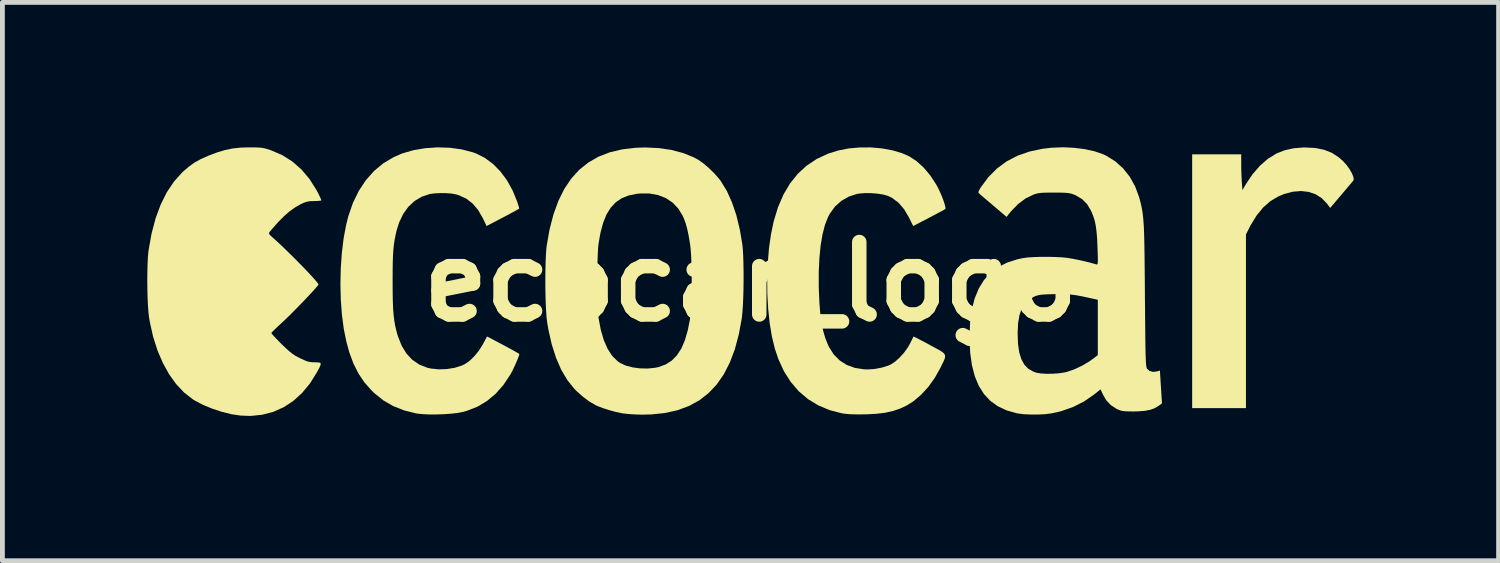
<source format=kicad_pcb>
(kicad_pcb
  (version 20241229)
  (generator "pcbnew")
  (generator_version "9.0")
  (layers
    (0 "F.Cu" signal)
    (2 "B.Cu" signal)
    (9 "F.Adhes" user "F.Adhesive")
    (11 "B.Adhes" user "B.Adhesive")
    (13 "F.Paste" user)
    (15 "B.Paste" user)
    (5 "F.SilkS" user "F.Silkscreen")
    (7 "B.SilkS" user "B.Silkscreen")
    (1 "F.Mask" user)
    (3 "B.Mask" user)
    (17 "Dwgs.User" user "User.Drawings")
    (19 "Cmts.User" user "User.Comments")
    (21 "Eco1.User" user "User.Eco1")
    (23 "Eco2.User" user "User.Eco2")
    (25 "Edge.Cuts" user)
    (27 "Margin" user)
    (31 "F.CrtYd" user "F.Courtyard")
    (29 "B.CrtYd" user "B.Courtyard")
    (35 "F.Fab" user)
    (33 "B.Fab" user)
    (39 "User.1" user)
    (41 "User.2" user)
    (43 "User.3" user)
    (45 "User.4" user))
  (footprint "ecocar_logo"
    (layer "F.Cu")
    (at 12.495 2.784)
    (property "Reference" "ecocar_logo" (at 0 0 0) (layer "F.SilkS") (effects (font (size 1.5 1.5) (thickness 0.3))))
    (attr board_only exclude_from_pos_files exclude_from_bom)
    (fp_poly (pts (xy 11.696 -2.769) (xy 11.877 -2.732) (xy 12.037 -2.669) (xy 12.179 -2.577) (xy 12.267 -2.499) (xy 12.337 -2.422) (xy 12.398 -2.339) (xy 12.446 -2.257) (xy 12.478 -2.184) (xy 12.49 -2.126) (xy 12.482 -2.095) (xy 12.461 -2.069) (xy 12.42 -2.02) (xy 12.362 -1.952) (xy 12.293 -1.87) (xy 12.229 -1.795) (xy 12.002 -1.528) (xy 11.934 -1.619) (xy 11.828 -1.73) (xy 11.7 -1.811) (xy 11.555 -1.86) (xy 11.395 -1.878) (xy 11.225 -1.863) (xy 11.047 -1.816) (xy 10.928 -1.766) (xy 10.763 -1.668) (xy 10.613 -1.536) (xy 10.477 -1.369) (xy 10.353 -1.166) (xy 10.329 -1.119) (xy 10.258 -0.978) (xy 10.258 0.82) (xy 10.258 2.618) (xy 9.701 2.618) (xy 9.144 2.618) (xy 9.144 -0.01) (xy 9.144 -2.638) (xy 9.652 -2.638) (xy 10.16 -2.638) (xy 10.16 -2.428) (xy 10.161 -2.318) (xy 10.165 -2.202) (xy 10.17 -2.097) (xy 10.173 -2.057) (xy 10.185 -1.896) (xy 10.26 -2.025) (xy 10.395 -2.226) (xy 10.546 -2.4) (xy 10.709 -2.543) (xy 10.882 -2.65) (xy 10.892 -2.656) (xy 11.06 -2.722) (xy 11.243 -2.763) (xy 11.447 -2.78) (xy 11.489 -2.78)) (stroke (width 0) (type solid)) (fill yes) (layer "F.SilkS"))
    (fp_poly (pts (xy 2.719 -2.761) (xy 2.935 -2.721) (xy 3.132 -2.663) (xy 3.285 -2.596) (xy 3.439 -2.495) (xy 3.587 -2.36) (xy 3.723 -2.197) (xy 3.844 -2.012) (xy 3.867 -1.97) (xy 3.911 -1.882) (xy 3.952 -1.789) (xy 3.988 -1.698) (xy 4.015 -1.617) (xy 4.032 -1.553) (xy 4.036 -1.514) (xy 4.033 -1.506) (xy 4.01 -1.492) (xy 3.959 -1.464) (xy 3.885 -1.424) (xy 3.793 -1.375) (xy 3.691 -1.322) (xy 3.367 -1.153) (xy 3.276 -1.336) (xy 3.178 -1.502) (xy 3.063 -1.635) (xy 2.934 -1.733) (xy 2.839 -1.779) (xy 2.745 -1.805) (xy 2.625 -1.824) (xy 2.493 -1.834) (xy 2.363 -1.835) (xy 2.246 -1.825) (xy 2.203 -1.818) (xy 2.033 -1.763) (xy 1.88 -1.675) (xy 1.747 -1.556) (xy 1.64 -1.409) (xy 1.602 -1.337) (xy 1.539 -1.176) (xy 1.489 -0.981) (xy 1.45 -0.752) (xy 1.425 -0.494) (xy 1.411 -0.209) (xy 1.411 0.101) (xy 1.413 0.164) (xy 1.424 0.422) (xy 1.441 0.646) (xy 1.467 0.841) (xy 1.501 1.012) (xy 1.545 1.163) (xy 1.599 1.3) (xy 1.625 1.355) (xy 1.722 1.508) (xy 1.845 1.631) (xy 1.991 1.724) (xy 2.159 1.785) (xy 2.347 1.814) (xy 2.43 1.817) (xy 2.572 1.807) (xy 2.717 1.779) (xy 2.848 1.738) (xy 2.905 1.713) (xy 2.993 1.655) (xy 3.086 1.571) (xy 3.177 1.47) (xy 3.255 1.362) (xy 3.304 1.276) (xy 3.335 1.212) (xy 3.36 1.162) (xy 3.372 1.137) (xy 3.373 1.136) (xy 3.391 1.143) (xy 3.438 1.165) (xy 3.508 1.202) (xy 3.597 1.249) (xy 3.699 1.303) (xy 3.712 1.311) (xy 3.831 1.375) (xy 3.92 1.424) (xy 3.981 1.464) (xy 4.016 1.5) (xy 4.029 1.539) (xy 4.022 1.586) (xy 3.998 1.646) (xy 3.958 1.726) (xy 3.928 1.788) (xy 3.814 1.991) (xy 3.681 2.177) (xy 3.532 2.34) (xy 3.373 2.475) (xy 3.228 2.566) (xy 3.087 2.631) (xy 2.94 2.68) (xy 2.779 2.715) (xy 2.597 2.736) (xy 2.385 2.747) (xy 2.374 2.747) (xy 2.206 2.748) (xy 2.07 2.745) (xy 1.961 2.736) (xy 1.892 2.726) (xy 1.634 2.659) (xy 1.399 2.56) (xy 1.186 2.43) (xy 0.997 2.269) (xy 0.832 2.077) (xy 0.691 1.856) (xy 0.575 1.604) (xy 0.501 1.385) (xy 0.441 1.137) (xy 0.395 0.86) (xy 0.364 0.562) (xy 0.346 0.25) (xy 0.343 -0.067) (xy 0.355 -0.383) (xy 0.38 -0.689) (xy 0.421 -0.978) (xy 0.476 -1.242) (xy 0.478 -1.25) (xy 0.567 -1.543) (xy 0.68 -1.805) (xy 0.817 -2.036) (xy 0.978 -2.236) (xy 1.162 -2.405) (xy 1.37 -2.543) (xy 1.602 -2.651) (xy 1.813 -2.717) (xy 2.03 -2.76) (xy 2.258 -2.78) (xy 2.49 -2.781)) (stroke (width 0) (type solid)) (fill yes) (layer "F.SilkS"))
    (fp_poly (pts (xy -10.281 -2.782) (xy -10.196 -2.779) (xy -10.13 -2.774) (xy -10.072 -2.764) (xy -10.013 -2.748) (xy -9.94 -2.724) (xy -9.926 -2.719) (xy -9.697 -2.62) (xy -9.489 -2.488) (xy -9.301 -2.323) (xy -9.135 -2.126) (xy -8.99 -1.897) (xy -8.951 -1.823) (xy -8.921 -1.76) (xy -8.899 -1.711) (xy -8.89 -1.686) (xy -8.89 -1.686) (xy -8.908 -1.678) (xy -8.956 -1.673) (xy -9.024 -1.67) (xy -9.042 -1.67) (xy -9.128 -1.667) (xy -9.193 -1.656) (xy -9.256 -1.634) (xy -9.32 -1.604) (xy -9.437 -1.537) (xy -9.55 -1.456) (xy -9.664 -1.356) (xy -9.785 -1.234) (xy -9.918 -1.083) (xy -9.962 -1.03) (xy -9.974 -1.011) (xy -9.971 -0.99) (xy -9.949 -0.962) (xy -9.903 -0.918) (xy -9.875 -0.894) (xy -9.795 -0.822) (xy -9.702 -0.735) (xy -9.602 -0.638) (xy -9.497 -0.535) (xy -9.391 -0.429) (xy -9.289 -0.325) (xy -9.193 -0.226) (xy -9.109 -0.135) (xy -9.038 -0.058) (xy -8.986 0.003) (xy -8.955 0.043) (xy -8.949 0.057) (xy -8.962 0.078) (xy -8.999 0.122) (xy -9.055 0.186) (xy -9.127 0.263) (xy -9.21 0.352) (xy -9.3 0.446) (xy -9.394 0.542) (xy -9.486 0.635) (xy -9.573 0.722) (xy -9.651 0.797) (xy -9.715 0.857) (xy -9.718 0.86) (xy -9.792 0.927) (xy -9.854 0.987) (xy -9.9 1.032) (xy -9.923 1.059) (xy -9.925 1.064) (xy -9.912 1.083) (xy -9.876 1.124) (xy -9.821 1.183) (xy -9.753 1.252) (xy -9.716 1.29) (xy -9.624 1.378) (xy -9.551 1.444) (xy -9.486 1.495) (xy -9.421 1.537) (xy -9.347 1.576) (xy -9.333 1.583) (xy -9.247 1.624) (xy -9.182 1.65) (xy -9.125 1.663) (xy -9.063 1.669) (xy -9.026 1.669) (xy -8.961 1.671) (xy -8.92 1.677) (xy -8.903 1.693) (xy -8.907 1.727) (xy -8.932 1.783) (xy -8.977 1.867) (xy -8.982 1.876) (xy -9.125 2.106) (xy -9.288 2.303) (xy -9.47 2.468) (xy -9.669 2.599) (xy -9.885 2.695) (xy -10.115 2.755) (xy -10.359 2.78) (xy -10.564 2.772) (xy -10.748 2.745) (xy -10.946 2.696) (xy -11.145 2.631) (xy -11.334 2.554) (xy -11.501 2.467) (xy -11.557 2.432) (xy -11.734 2.293) (xy -11.897 2.12) (xy -12.044 1.915) (xy -12.173 1.681) (xy -12.284 1.422) (xy -12.374 1.139) (xy -12.442 0.835) (xy -12.459 0.736) (xy -12.471 0.627) (xy -12.481 0.488) (xy -12.489 0.327) (xy -12.493 0.152) (xy -12.495 -0.028) (xy -12.493 -0.204) (xy -12.489 -0.368) (xy -12.482 -0.512) (xy -12.471 -0.628) (xy -12.469 -0.645) (xy -12.407 -0.994) (xy -12.323 -1.312) (xy -12.217 -1.598) (xy -12.09 -1.853) (xy -11.941 -2.075) (xy -11.77 -2.265) (xy -11.752 -2.282) (xy -11.633 -2.384) (xy -11.517 -2.467) (xy -11.388 -2.539) (xy -11.234 -2.607) (xy -11.228 -2.61) (xy -11.045 -2.679) (xy -10.881 -2.728) (xy -10.723 -2.76) (xy -10.559 -2.777) (xy -10.394 -2.782)) (stroke (width 0) (type solid)) (fill yes) (layer "F.SilkS"))
    (fp_poly (pts (xy -6.228 -2.774) (xy -5.983 -2.74) (xy -5.756 -2.681) (xy -5.686 -2.656) (xy -5.504 -2.564) (xy -5.334 -2.438) (xy -5.18 -2.281) (xy -5.042 -2.094) (xy -4.926 -1.883) (xy -4.835 -1.66) (xy -4.813 -1.592) (xy -4.798 -1.541) (xy -4.792 -1.515) (xy -4.792 -1.514) (xy -4.817 -1.498) (xy -4.872 -1.468) (xy -4.95 -1.426) (xy -5.044 -1.375) (xy -5.151 -1.319) (xy -5.22 -1.283) (xy -5.468 -1.153) (xy -5.546 -1.316) (xy -5.643 -1.484) (xy -5.756 -1.618) (xy -5.887 -1.719) (xy -6.038 -1.789) (xy -6.103 -1.809) (xy -6.193 -1.825) (xy -6.308 -1.834) (xy -6.431 -1.835) (xy -6.55 -1.829) (xy -6.647 -1.815) (xy -6.812 -1.76) (xy -6.959 -1.672) (xy -7.088 -1.552) (xy -7.195 -1.403) (xy -7.28 -1.226) (xy -7.333 -1.055) (xy -7.355 -0.955) (xy -7.374 -0.859) (xy -7.388 -0.762) (xy -7.399 -0.657) (xy -7.406 -0.54) (xy -7.411 -0.403) (xy -7.413 -0.24) (xy -7.414 -0.046) (xy -7.414 0.01) (xy -7.413 0.22) (xy -7.41 0.398) (xy -7.404 0.547) (xy -7.395 0.676) (xy -7.382 0.789) (xy -7.365 0.891) (xy -7.343 0.99) (xy -7.316 1.091) (xy -7.303 1.133) (xy -7.227 1.325) (xy -7.129 1.486) (xy -7.008 1.616) (xy -6.865 1.714) (xy -6.7 1.78) (xy -6.623 1.798) (xy -6.46 1.815) (xy -6.29 1.809) (xy -6.125 1.782) (xy -5.978 1.735) (xy -5.917 1.706) (xy -5.819 1.638) (xy -5.719 1.541) (xy -5.625 1.424) (xy -5.546 1.298) (xy -5.538 1.283) (xy -5.503 1.217) (xy -5.476 1.166) (xy -5.461 1.138) (xy -5.459 1.136) (xy -5.442 1.143) (xy -5.397 1.166) (xy -5.33 1.201) (xy -5.249 1.244) (xy -5.158 1.292) (xy -5.065 1.342) (xy -4.977 1.39) (xy -4.898 1.433) (xy -4.837 1.468) (xy -4.799 1.49) (xy -4.79 1.496) (xy -4.793 1.516) (xy -4.809 1.564) (xy -4.836 1.63) (xy -4.869 1.707) (xy -4.905 1.786) (xy -4.941 1.859) (xy -4.973 1.918) (xy -4.974 1.92) (xy -5.12 2.139) (xy -5.283 2.323) (xy -5.464 2.473) (xy -5.663 2.591) (xy -5.882 2.676) (xy -5.959 2.697) (xy -6.066 2.718) (xy -6.201 2.733) (xy -6.353 2.744) (xy -6.511 2.749) (xy -6.665 2.749) (xy -6.803 2.742) (xy -6.915 2.73) (xy -6.93 2.727) (xy -7.18 2.664) (xy -7.404 2.575) (xy -7.607 2.457) (xy -7.794 2.307) (xy -7.854 2.248) (xy -8 2.083) (xy -8.122 1.9) (xy -8.225 1.696) (xy -8.311 1.463) (xy -8.37 1.25) (xy -8.425 0.98) (xy -8.464 0.685) (xy -8.487 0.372) (xy -8.495 0.049) (xy -8.488 -0.275) (xy -8.466 -0.593) (xy -8.429 -0.896) (xy -8.377 -1.176) (xy -8.332 -1.355) (xy -8.236 -1.632) (xy -8.114 -1.882) (xy -7.968 -2.102) (xy -7.799 -2.293) (xy -7.606 -2.453) (xy -7.39 -2.581) (xy -7.216 -2.656) (xy -6.986 -2.723) (xy -6.738 -2.765) (xy -6.483 -2.782)) (stroke (width 0) (type solid)) (fill yes) (layer "F.SilkS"))
    (fp_poly (pts (xy -1.898 -2.767) (xy -1.635 -2.728) (xy -1.395 -2.664) (xy -1.181 -2.577) (xy -1.084 -2.525) (xy -0.98 -2.452) (xy -0.866 -2.355) (xy -0.755 -2.247) (xy -0.657 -2.136) (xy -0.616 -2.081) (xy -0.492 -1.879) (xy -0.386 -1.643) (xy -0.295 -1.375) (xy -0.223 -1.076) (xy -0.173 -0.782) (xy -0.162 -0.678) (xy -0.154 -0.544) (xy -0.149 -0.385) (xy -0.146 -0.211) (xy -0.146 -0.028) (xy -0.148 0.155) (xy -0.153 0.331) (xy -0.16 0.493) (xy -0.17 0.633) (xy -0.181 0.743) (xy -0.182 0.752) (xy -0.245 1.093) (xy -0.327 1.4) (xy -0.431 1.675) (xy -0.556 1.918) (xy -0.702 2.128) (xy -0.871 2.307) (xy -1.062 2.456) (xy -1.277 2.574) (xy -1.515 2.662) (xy -1.777 2.72) (xy -2.064 2.749) (xy -2.247 2.753) (xy -2.362 2.75) (xy -2.48 2.744) (xy -2.587 2.734) (xy -2.667 2.724) (xy -2.791 2.697) (xy -2.924 2.661) (xy -3.053 2.62) (xy -3.164 2.578) (xy -3.214 2.555) (xy -3.343 2.479) (xy -3.477 2.379) (xy -3.605 2.265) (xy -3.65 2.219) (xy -3.796 2.037) (xy -3.923 1.823) (xy -4.03 1.576) (xy -4.119 1.297) (xy -4.19 0.984) (xy -4.214 0.84) (xy -4.226 0.74) (xy -4.235 0.609) (xy -4.243 0.453) (xy -4.248 0.281) (xy -4.251 0.099) (xy -4.251 0.037) (xy -3.175 0.037) (xy -3.174 0.207) (xy -3.171 0.368) (xy -3.167 0.512) (xy -3.161 0.633) (xy -3.153 0.725) (xy -3.15 0.747) (xy -3.103 0.997) (xy -3.04 1.212) (xy -2.961 1.392) (xy -2.866 1.537) (xy -2.755 1.646) (xy -2.704 1.682) (xy -2.588 1.736) (xy -2.446 1.774) (xy -2.289 1.795) (xy -2.128 1.798) (xy -1.974 1.782) (xy -1.904 1.767) (xy -1.76 1.714) (xy -1.634 1.634) (xy -1.527 1.525) (xy -1.436 1.386) (xy -1.362 1.214) (xy -1.302 1.009) (xy -1.256 0.777) (xy -1.243 0.664) (xy -1.233 0.52) (xy -1.225 0.353) (xy -1.221 0.17) (xy -1.22 -0.02) (xy -1.221 -0.209) (xy -1.226 -0.39) (xy -1.233 -0.554) (xy -1.244 -0.695) (xy -1.256 -0.793) (xy -1.284 -0.955) (xy -1.312 -1.088) (xy -1.342 -1.199) (xy -1.378 -1.298) (xy -1.406 -1.362) (xy -1.497 -1.513) (xy -1.613 -1.636) (xy -1.753 -1.73) (xy -1.915 -1.794) (xy -2.096 -1.827) (xy -2.294 -1.827) (xy -2.36 -1.82) (xy -2.526 -1.786) (xy -2.669 -1.729) (xy -2.792 -1.646) (xy -2.895 -1.536) (xy -2.982 -1.397) (xy -3.052 -1.227) (xy -3.108 -1.022) (xy -3.149 -0.791) (xy -3.158 -0.71) (xy -3.164 -0.597) (xy -3.17 -0.459) (xy -3.173 -0.303) (xy -3.175 -0.135) (xy -3.175 0.037) (xy -4.251 0.037) (xy -4.251 -0.085) (xy -4.249 -0.264) (xy -4.245 -0.43) (xy -4.238 -0.576) (xy -4.229 -0.694) (xy -4.224 -0.742) (xy -4.163 -1.087) (xy -4.082 -1.397) (xy -3.981 -1.675) (xy -3.859 -1.921) (xy -3.716 -2.134) (xy -3.55 -2.317) (xy -3.362 -2.468) (xy -3.151 -2.589) (xy -2.916 -2.68) (xy -2.658 -2.741) (xy -2.375 -2.774) (xy -2.179 -2.78)) (stroke (width 0) (type solid)) (fill yes) (layer "F.SilkS"))
    (fp_poly (pts (xy 6.702 -2.773) (xy 6.922 -2.745) (xy 7.125 -2.7) (xy 7.301 -2.639) (xy 7.363 -2.61) (xy 7.55 -2.494) (xy 7.714 -2.347) (xy 7.852 -2.173) (xy 7.963 -1.974) (xy 8.045 -1.752) (xy 8.049 -1.737) (xy 8.068 -1.668) (xy 8.084 -1.603) (xy 8.098 -1.54) (xy 8.11 -1.476) (xy 8.12 -1.406) (xy 8.129 -1.329) (xy 8.136 -1.241) (xy 8.143 -1.139) (xy 8.148 -1.021) (xy 8.152 -0.882) (xy 8.155 -0.719) (xy 8.158 -0.531) (xy 8.16 -0.313) (xy 8.163 -0.063) (xy 8.165 0.223) (xy 8.165 0.274) (xy 8.168 0.551) (xy 8.17 0.792) (xy 8.172 0.998) (xy 8.174 1.174) (xy 8.176 1.321) (xy 8.178 1.443) (xy 8.181 1.541) (xy 8.184 1.619) (xy 8.187 1.679) (xy 8.191 1.723) (xy 8.195 1.756) (xy 8.2 1.778) (xy 8.206 1.794) (xy 8.21 1.802) (xy 8.264 1.85) (xy 8.338 1.868) (xy 8.415 1.858) (xy 8.476 1.84) (xy 8.488 2.029) (xy 8.494 2.134) (xy 8.502 2.246) (xy 8.508 2.345) (xy 8.509 2.368) (xy 8.519 2.518) (xy 8.456 2.566) (xy 8.374 2.617) (xy 8.28 2.652) (xy 8.166 2.674) (xy 8.025 2.685) (xy 7.933 2.687) (xy 7.828 2.686) (xy 7.754 2.683) (xy 7.698 2.677) (xy 7.653 2.665) (xy 7.608 2.647) (xy 7.577 2.632) (xy 7.457 2.554) (xy 7.361 2.45) (xy 7.294 2.332) (xy 7.247 2.229) (xy 7.116 2.334) (xy 6.908 2.478) (xy 6.676 2.596) (xy 6.426 2.683) (xy 6.235 2.726) (xy 6.104 2.743) (xy 5.955 2.751) (xy 5.801 2.751) (xy 5.655 2.744) (xy 5.53 2.728) (xy 5.503 2.723) (xy 5.297 2.663) (xy 5.116 2.577) (xy 4.961 2.465) (xy 4.831 2.324) (xy 4.724 2.155) (xy 4.642 1.957) (xy 4.583 1.729) (xy 4.547 1.471) (xy 4.533 1.18) (xy 4.533 1.143) (xy 4.536 1.078) (xy 5.53 1.078) (xy 5.537 1.285) (xy 5.562 1.459) (xy 5.605 1.601) (xy 5.666 1.714) (xy 5.747 1.8) (xy 5.85 1.86) (xy 5.92 1.885) (xy 6.009 1.9) (xy 6.123 1.907) (xy 6.251 1.906) (xy 6.38 1.897) (xy 6.497 1.88) (xy 6.555 1.866) (xy 6.705 1.814) (xy 6.863 1.74) (xy 7.011 1.653) (xy 7.07 1.611) (xy 7.19 1.521) (xy 7.19 0.948) (xy 7.19 0.374) (xy 7.009 0.334) (xy 6.859 0.302) (xy 6.734 0.279) (xy 6.623 0.265) (xy 6.513 0.257) (xy 6.393 0.255) (xy 6.267 0.258) (xy 6.147 0.261) (xy 6.058 0.266) (xy 5.992 0.273) (xy 5.941 0.284) (xy 5.897 0.299) (xy 5.871 0.31) (xy 5.763 0.372) (xy 5.678 0.455) (xy 5.613 0.56) (xy 5.568 0.692) (xy 5.54 0.852) (xy 5.53 1.045) (xy 5.53 1.078) (xy 4.536 1.078) (xy 4.545 0.848) (xy 4.58 0.583) (xy 4.639 0.349) (xy 4.723 0.144) (xy 4.832 -0.033) (xy 4.966 -0.181) (xy 5.126 -0.302) (xy 5.313 -0.396) (xy 5.527 -0.465) (xy 5.647 -0.49) (xy 5.742 -0.502) (xy 5.866 -0.51) (xy 6.009 -0.515) (xy 6.16 -0.515) (xy 6.309 -0.512) (xy 6.445 -0.505) (xy 6.559 -0.493) (xy 6.571 -0.492) (xy 6.67 -0.475) (xy 6.79 -0.451) (xy 6.918 -0.422) (xy 7.039 -0.393) (xy 7.138 -0.365) (xy 7.157 -0.36) (xy 7.171 -0.356) (xy 7.181 -0.36) (xy 7.187 -0.377) (xy 7.19 -0.41) (xy 7.191 -0.466) (xy 7.189 -0.549) (xy 7.185 -0.665) (xy 7.184 -0.706) (xy 7.176 -0.886) (xy 7.164 -1.034) (xy 7.148 -1.158) (xy 7.125 -1.266) (xy 7.094 -1.364) (xy 7.054 -1.46) (xy 7.05 -1.469) (xy 6.969 -1.605) (xy 6.864 -1.711) (xy 6.732 -1.79) (xy 6.705 -1.801) (xy 6.658 -1.818) (xy 6.613 -1.83) (xy 6.56 -1.838) (xy 6.493 -1.843) (xy 6.402 -1.845) (xy 6.282 -1.846) (xy 6.158 -1.845) (xy 6.066 -1.843) (xy 5.997 -1.838) (xy 5.942 -1.829) (xy 5.895 -1.817) (xy 5.858 -1.804) (xy 5.693 -1.723) (xy 5.537 -1.606) (xy 5.392 -1.457) (xy 5.361 -1.418) (xy 5.301 -1.342) (xy 5.029 -1.573) (xy 4.941 -1.648) (xy 4.861 -1.716) (xy 4.796 -1.772) (xy 4.75 -1.811) (xy 4.73 -1.829) (xy 4.718 -1.847) (xy 4.722 -1.874) (xy 4.745 -1.919) (xy 4.769 -1.957) (xy 4.924 -2.166) (xy 5.101 -2.344) (xy 5.3 -2.491) (xy 5.524 -2.608) (xy 5.772 -2.695) (xy 6.046 -2.753) (xy 6.236 -2.775) (xy 6.471 -2.784)) (stroke (width 0) (type solid)) (fill yes) (layer "F.SilkS")))
  (gr_rect
    (start -3 -3)
    (end 27.985 8.563)
    (stroke (width 0.1) (type default))
    (fill no)
    (layer "Edge.Cuts")))
</source>
